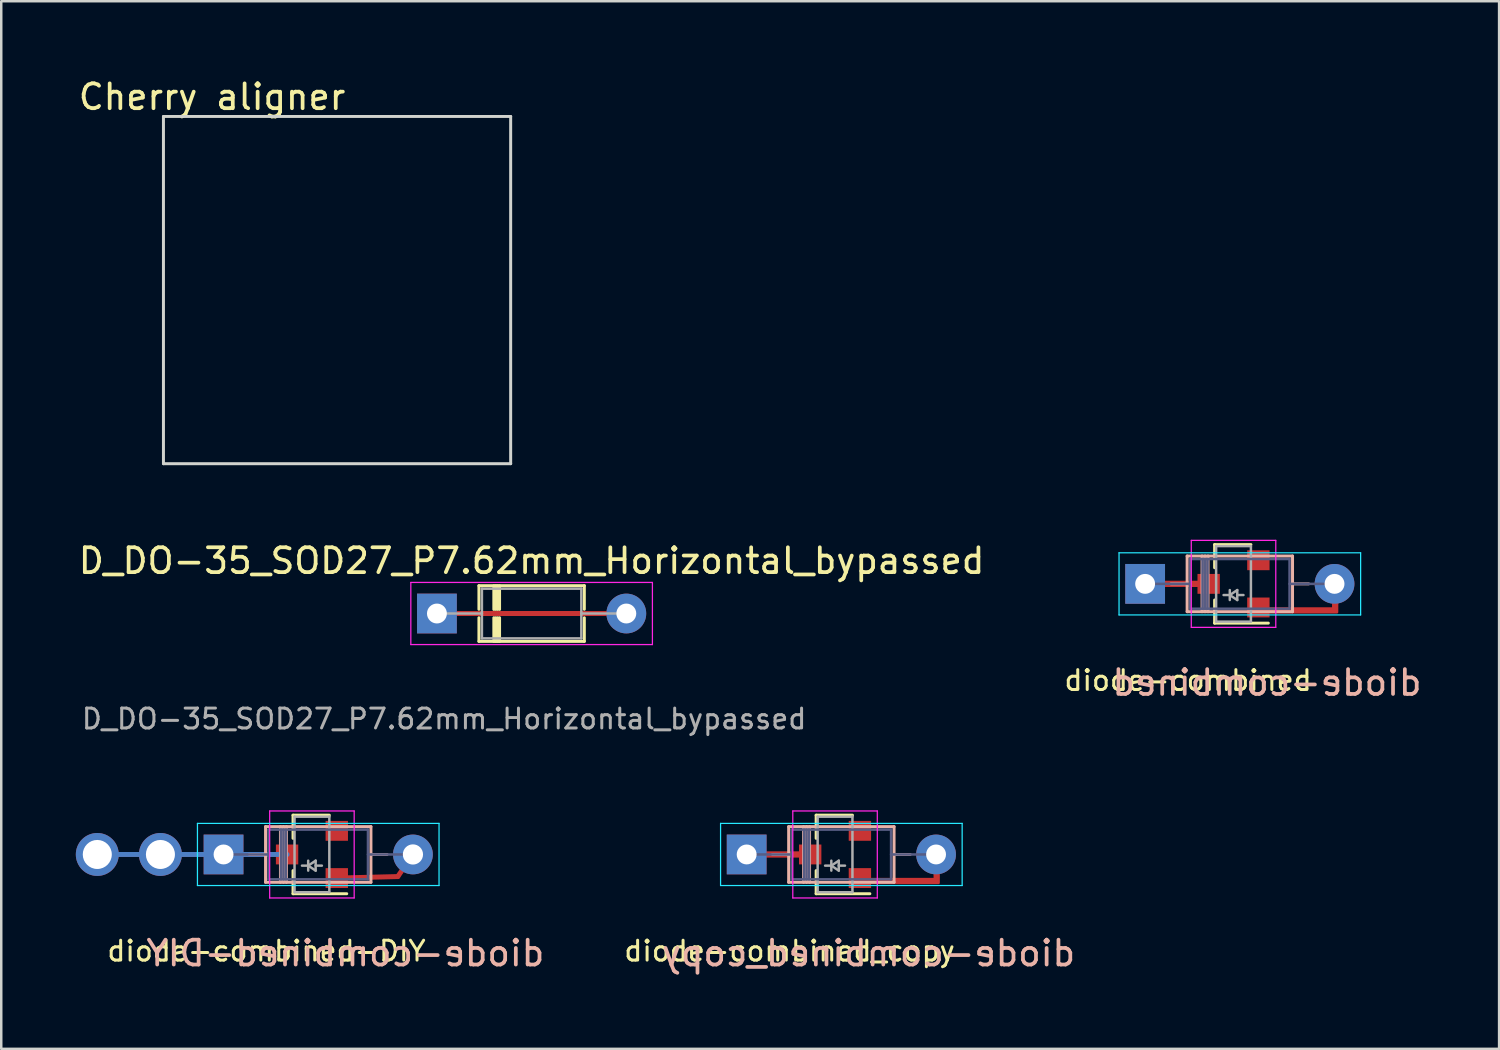
<source format=kicad_pcb>
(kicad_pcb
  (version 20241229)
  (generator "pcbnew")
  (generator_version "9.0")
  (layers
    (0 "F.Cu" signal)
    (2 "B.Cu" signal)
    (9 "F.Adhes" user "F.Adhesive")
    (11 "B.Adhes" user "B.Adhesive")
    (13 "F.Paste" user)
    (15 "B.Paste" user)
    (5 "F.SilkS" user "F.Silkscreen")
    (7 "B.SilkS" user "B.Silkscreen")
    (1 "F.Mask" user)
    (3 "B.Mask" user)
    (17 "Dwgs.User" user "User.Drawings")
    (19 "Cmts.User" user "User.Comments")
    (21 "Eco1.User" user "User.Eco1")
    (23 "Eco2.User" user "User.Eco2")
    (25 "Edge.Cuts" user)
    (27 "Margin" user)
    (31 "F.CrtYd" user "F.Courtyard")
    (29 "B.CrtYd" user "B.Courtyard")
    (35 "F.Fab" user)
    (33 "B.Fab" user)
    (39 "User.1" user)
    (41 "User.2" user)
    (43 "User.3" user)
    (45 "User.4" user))
  (footprint "Cherry aligner"
    (layer "F.Cu")
    (at 10.511 8.621)
    (property "Reference" "Cherry aligner" (at -5.029 -7.772 0) (layer "F.SilkS") (effects (font (size 1 1) (thickness 0.15))))
    (attr through_hole)
    (fp_line (start -6.985 -6.985) (end -6.985 6.985) (stroke (width 0.12) (type solid)) (layer "Edge.Cuts"))
    (fp_line (start -6.985 -6.985) (end 6.985 -6.985) (stroke (width 0.12) (type solid)) (layer "Edge.Cuts"))
    (fp_line (start -6.985 6.985) (end 6.985 6.985) (stroke (width 0.12) (type solid)) (layer "Edge.Cuts"))
    (fp_line (start 6.985 6.985) (end 6.985 -6.985) (stroke (width 0.12) (type solid)) (layer "Edge.Cuts")))
  (footprint "diode-combined_copy"
    (layer "F.Cu")
    (at 30.547 31.328)
    (property "Reference" "diode-combined_copy" (at 1.346 3.974 0) (layer "B.SilkS") (effects (font (size 1 1) (thickness 0.15)) (justify mirror)))
    (attr smd)
    (fp_poly (pts (xy -1.219 -0.076) (xy -3.048 -0.076) (xy -3.048 0.076) (xy -1.219 0.076)) (stroke (width 0.1) (type solid)) (fill yes) (layer "F.Cu"))
    (fp_poly (pts (xy 4.166 0.533) (xy 4.013 0.533) (xy 4.013 0.991) (xy 1.219 0.991) (xy 1.219 1.143) (xy 4.166 1.143)) (stroke (width 0.1) (type solid)) (fill yes) (layer "F.Cu"))
    (fp_line (start -0.76 -1.58) (end -0.76 -0.65) (stroke (width 0.12) (type solid)) (layer "F.SilkS"))
    (fp_line (start -0.76 -1.58) (end 0.7 -1.58) (stroke (width 0.12) (type solid)) (layer "F.SilkS"))
    (fp_line (start -0.76 1.58) (end -0.76 0.65) (stroke (width 0.12) (type solid)) (layer "F.SilkS"))
    (fp_line (start -0.76 1.58) (end 1.4 1.58) (stroke (width 0.12) (type solid)) (layer "F.SilkS"))
    (fp_line (start -2.516 0) (end -1.866 0) (stroke (width 0.12) (type solid)) (layer "B.SilkS"))
    (fp_line (start -1.866 -1.12) (end 2.374 -1.12) (stroke (width 0.12) (type solid)) (layer "B.SilkS"))
    (fp_line (start -1.866 1.12) (end -1.866 -1.12) (stroke (width 0.12) (type solid)) (layer "B.SilkS"))
    (fp_line (start -1.266 1.12) (end -1.266 -1.12) (stroke (width 0.12) (type solid)) (layer "B.SilkS"))
    (fp_line (start -1.146 1.12) (end -1.146 -1.12) (stroke (width 0.12) (type solid)) (layer "B.SilkS"))
    (fp_line (start -1.026 1.12) (end -1.026 -1.12) (stroke (width 0.12) (type solid)) (layer "B.SilkS"))
    (fp_line (start 2.374 -1.12) (end 2.374 1.12) (stroke (width 0.12) (type solid)) (layer "B.SilkS"))
    (fp_line (start 2.374 1.12) (end -1.866 1.12) (stroke (width 0.12) (type solid)) (layer "B.SilkS"))
    (fp_line (start 3.024 0) (end 2.374 0) (stroke (width 0.12) (type solid)) (layer "B.SilkS"))
    (fp_line (start -4.606 -1.25) (end 5.114 -1.25) (stroke (width 0.05) (type solid)) (layer "B.CrtYd"))
    (fp_line (start -4.606 1.25) (end -4.606 -1.25) (stroke (width 0.05) (type solid)) (layer "B.CrtYd"))
    (fp_line (start 5.114 -1.25) (end 5.114 1.25) (stroke (width 0.05) (type solid)) (layer "B.CrtYd"))
    (fp_line (start 5.114 1.25) (end -4.606 1.25) (stroke (width 0.05) (type solid)) (layer "B.CrtYd"))
    (fp_line (start -1.7 -1.75) (end 1.7 -1.75) (stroke (width 0.05) (type solid)) (layer "F.CrtYd"))
    (fp_line (start -1.7 1.75) (end -1.7 -1.75) (stroke (width 0.05) (type solid)) (layer "F.CrtYd"))
    (fp_line (start 1.7 -1.75) (end 1.7 1.75) (stroke (width 0.05) (type solid)) (layer "F.CrtYd"))
    (fp_line (start 1.7 1.75) (end -1.7 1.75) (stroke (width 0.05) (type solid)) (layer "F.CrtYd"))
    (fp_line (start -3.556 0) (end -1.746 0) (stroke (width 0.1) (type solid)) (layer "B.Fab"))
    (fp_line (start -1.746 -1) (end 2.254 -1) (stroke (width 0.1) (type solid)) (layer "B.Fab"))
    (fp_line (start -1.746 1) (end -1.746 -1) (stroke (width 0.1) (type solid)) (layer "B.Fab"))
    (fp_line (start -1.246 1) (end -1.246 -1) (stroke (width 0.1) (type solid)) (layer "B.Fab"))
    (fp_line (start -1.146 1) (end -1.146 -1) (stroke (width 0.1) (type solid)) (layer "B.Fab"))
    (fp_line (start -1.046 1) (end -1.046 -1) (stroke (width 0.1) (type solid)) (layer "B.Fab"))
    (fp_line (start 2.254 -1) (end 2.254 1) (stroke (width 0.1) (type solid)) (layer "B.Fab"))
    (fp_line (start 2.254 1) (end -1.746 1) (stroke (width 0.1) (type solid)) (layer "B.Fab"))
    (fp_line (start 4.064 0) (end 2.254 0) (stroke (width 0.1) (type solid)) (layer "B.Fab"))
    (fp_line (start -0.7 1.52) (end -0.7 -1.52) (stroke (width 0.1) (type solid)) (layer "F.Fab"))
    (fp_line (start -0.15 0.45) (end -0.4 0.45) (stroke (width 0.1) (type solid)) (layer "F.Fab"))
    (fp_line (start -0.15 0.45) (end 0.15 0.65) (stroke (width 0.1) (type solid)) (layer "F.Fab"))
    (fp_line (start -0.15 0.65) (end -0.15 0.25) (stroke (width 0.1) (type solid)) (layer "F.Fab"))
    (fp_line (start 0.15 0.25) (end -0.15 0.45) (stroke (width 0.1) (type solid)) (layer "F.Fab"))
    (fp_line (start 0.15 0.45) (end 0.4 0.45) (stroke (width 0.1) (type solid)) (layer "F.Fab"))
    (fp_line (start 0.15 0.65) (end 0.15 0.25) (stroke (width 0.1) (type solid)) (layer "F.Fab"))
    (fp_line (start 0.7 -1.52) (end -0.7 -1.52) (stroke (width 0.1) (type solid)) (layer "F.Fab"))
    (fp_line (start 0.7 1.52) (end -0.7 1.52) (stroke (width 0.1) (type solid)) (layer "F.Fab"))
    (fp_line (start 0.7 1.52) (end 0.7 -1.52) (stroke (width 0.1) (type solid)) (layer "F.Fab"))
    (fp_text user "${REFERENCE}" (at -1.829 3.886 0) (layer "F.SilkS") (effects (font (size 0.8 0.8) (thickness 0.12))))
    (pad "" smd rect (at 1 -0.95 180) (size 0.9 0.8) (layers "F.Cu" "F.Mask" "F.Paste"))
    (pad "1" thru_hole rect (at -3.556 0) (size 1.6 1.6) (drill 0.8) (layers "*.Cu" "*.Mask"))
    (pad "2" thru_hole oval (at 4.064 0) (size 1.6 1.6) (drill 0.8) (layers "*.Cu" "*.Mask"))
    (pad "3" smd rect (at 1 0.95 180) (size 0.9 0.8) (layers "F.Cu" "F.Mask" "F.Paste"))
    (pad "4" smd rect (at -1 0 180) (size 0.9 0.8) (layers "F.Cu" "F.Mask" "F.Paste")))
  (footprint "D_DO-35_SOD27_P7.62mm_Horizontal_bypassed"
    (layer "F.Cu")
    (at 14.529 21.634)
    (property "Reference" "D_DO-35_SOD27_P7.62mm_Horizontal_bypassed" (at 3.81 -2.12 0) (layer "F.SilkS") (effects (font (size 1 1) (thickness 0.15))))
    (attr through_hole)
    (fp_line (start 0.4 0) (end 7.22 0) (stroke (width 0.2) (type default)) (layer "F.Cu"))
    (fp_line (start 1.69 -1.12) (end 1.69 -0.17) (stroke (width 0.12) (type solid)) (layer "F.SilkS"))
    (fp_line (start 1.69 0.17) (end 1.69 1.12) (stroke (width 0.12) (type solid)) (layer "F.SilkS"))
    (fp_line (start 1.69 1.12) (end 5.93 1.12) (stroke (width 0.12) (type solid)) (layer "F.SilkS"))
    (fp_line (start 2.29 -1.115) (end 2.29 -0.165) (stroke (width 0.12) (type solid)) (layer "F.SilkS"))
    (fp_line (start 2.29 0.17) (end 2.29 1.12) (stroke (width 0.12) (type solid)) (layer "F.SilkS"))
    (fp_line (start 2.367 -1.115) (end 2.367 -0.165) (stroke (width 0.12) (type solid)) (layer "F.SilkS"))
    (fp_line (start 2.367 0.17) (end 2.367 1.12) (stroke (width 0.12) (type solid)) (layer "F.SilkS"))
    (fp_line (start 2.443 -1.115) (end 2.443 -0.165) (stroke (width 0.12) (type solid)) (layer "F.SilkS"))
    (fp_line (start 2.443 0.17) (end 2.443 1.12) (stroke (width 0.12) (type solid)) (layer "F.SilkS"))
    (fp_line (start 2.52 -1.115) (end 2.52 -0.165) (stroke (width 0.12) (type solid)) (layer "F.SilkS"))
    (fp_line (start 2.52 0.17) (end 2.52 1.12) (stroke (width 0.12) (type solid)) (layer "F.SilkS"))
    (fp_line (start 5.93 -1.12) (end 1.69 -1.12) (stroke (width 0.12) (type solid)) (layer "F.SilkS"))
    (fp_line (start 5.93 -1.12) (end 5.93 -0.17) (stroke (width 0.12) (type solid)) (layer "F.SilkS"))
    (fp_line (start 5.93 0.17) (end 5.93 1.12) (stroke (width 0.12) (type solid)) (layer "F.SilkS"))
    (fp_line (start -1.05 -1.25) (end -1.05 1.25) (stroke (width 0.05) (type solid)) (layer "F.CrtYd"))
    (fp_line (start -1.05 1.25) (end 8.67 1.25) (stroke (width 0.05) (type solid)) (layer "F.CrtYd"))
    (fp_line (start 8.67 -1.25) (end -1.05 -1.25) (stroke (width 0.05) (type solid)) (layer "F.CrtYd"))
    (fp_line (start 8.67 1.25) (end 8.67 -1.25) (stroke (width 0.05) (type solid)) (layer "F.CrtYd"))
    (fp_line (start 0 0) (end 1.81 0) (stroke (width 0.1) (type solid)) (layer "F.Fab"))
    (fp_line (start 1.81 -1) (end 1.81 1) (stroke (width 0.1) (type solid)) (layer "F.Fab"))
    (fp_line (start 1.81 1) (end 5.81 1) (stroke (width 0.1) (type solid)) (layer "F.Fab"))
    (fp_line (start 5.81 -1) (end 1.81 -1) (stroke (width 0.1) (type solid)) (layer "F.Fab"))
    (fp_line (start 5.81 1) (end 5.81 -1) (stroke (width 0.1) (type solid)) (layer "F.Fab"))
    (fp_line (start 7.62 0) (end 5.81 0) (stroke (width 0.1) (type solid)) (layer "F.Fab"))
    (fp_text user "${REFERENCE}" (at 0.29 4.24 0) (layer "F.Fab") (effects (font (size 0.8 0.8) (thickness 0.12))))
    (pad "1" thru_hole rect (at 0 0) (size 1.6 1.6) (drill 0.8) (layers "*.Cu" "*.Mask"))
    (pad "2" thru_hole oval (at 7.62 0) (size 1.6 1.6) (drill 0.8) (layers "*.Cu" "*.Mask")))
  (footprint "diode-combined-DIY"
    (layer "F.Cu")
    (at 9.5 31.328)
    (property "Reference" "diode-combined-DIY" (at 1.346 3.974 0) (layer "B.SilkS") (effects (font (size 1 1) (thickness 0.15)) (justify mirror)))
    (attr smd)
    (fp_line (start 1 0.95) (end 3.454 0.889) (stroke (width 0.2) (type solid)) (layer "F.Cu"))
    (fp_line (start 3.454 0.889) (end 4.064 0) (stroke (width 0.2) (type solid)) (layer "F.Cu"))
    (fp_line (start -0.76 -1.58) (end -0.76 -0.65) (stroke (width 0.12) (type solid)) (layer "F.SilkS"))
    (fp_line (start -0.76 -1.58) (end 0.7 -1.58) (stroke (width 0.12) (type solid)) (layer "F.SilkS"))
    (fp_line (start -0.76 1.58) (end -0.76 0.65) (stroke (width 0.12) (type solid)) (layer "F.SilkS"))
    (fp_line (start -0.76 1.58) (end 1.4 1.58) (stroke (width 0.12) (type solid)) (layer "F.SilkS"))
    (fp_line (start -2.516 0) (end -1.866 0) (stroke (width 0.12) (type solid)) (layer "B.SilkS"))
    (fp_line (start -1.866 -1.12) (end 2.374 -1.12) (stroke (width 0.12) (type solid)) (layer "B.SilkS"))
    (fp_line (start -1.866 1.12) (end -1.866 -1.12) (stroke (width 0.12) (type solid)) (layer "B.SilkS"))
    (fp_line (start -1.266 1.12) (end -1.266 -1.12) (stroke (width 0.12) (type solid)) (layer "B.SilkS"))
    (fp_line (start -1.146 1.12) (end -1.146 -1.12) (stroke (width 0.12) (type solid)) (layer "B.SilkS"))
    (fp_line (start -1.026 1.12) (end -1.026 -1.12) (stroke (width 0.12) (type solid)) (layer "B.SilkS"))
    (fp_line (start 2.374 -1.12) (end 2.374 1.12) (stroke (width 0.12) (type solid)) (layer "B.SilkS"))
    (fp_line (start 2.374 1.12) (end -1.866 1.12) (stroke (width 0.12) (type solid)) (layer "B.SilkS"))
    (fp_line (start 3.024 0) (end 2.374 0) (stroke (width 0.12) (type solid)) (layer "B.SilkS"))
    (fp_line (start -4.606 -1.25) (end 5.114 -1.25) (stroke (width 0.05) (type solid)) (layer "B.CrtYd"))
    (fp_line (start -4.606 1.25) (end -4.606 -1.25) (stroke (width 0.05) (type solid)) (layer "B.CrtYd"))
    (fp_line (start 5.114 -1.25) (end 5.114 1.25) (stroke (width 0.05) (type solid)) (layer "B.CrtYd"))
    (fp_line (start 5.114 1.25) (end -4.606 1.25) (stroke (width 0.05) (type solid)) (layer "B.CrtYd"))
    (fp_line (start -1.7 -1.75) (end 1.7 -1.75) (stroke (width 0.05) (type solid)) (layer "F.CrtYd"))
    (fp_line (start -1.7 1.75) (end -1.7 -1.75) (stroke (width 0.05) (type solid)) (layer "F.CrtYd"))
    (fp_line (start 1.7 -1.75) (end 1.7 1.75) (stroke (width 0.05) (type solid)) (layer "F.CrtYd"))
    (fp_line (start 1.7 1.75) (end -1.7 1.75) (stroke (width 0.05) (type solid)) (layer "F.CrtYd"))
    (fp_line (start -3.556 0) (end -1.746 0) (stroke (width 0.1) (type solid)) (layer "B.Fab"))
    (fp_line (start -1.746 -1) (end 2.254 -1) (stroke (width 0.1) (type solid)) (layer "B.Fab"))
    (fp_line (start -1.746 1) (end -1.746 -1) (stroke (width 0.1) (type solid)) (layer "B.Fab"))
    (fp_line (start -1.246 1) (end -1.246 -1) (stroke (width 0.1) (type solid)) (layer "B.Fab"))
    (fp_line (start -1.146 1) (end -1.146 -1) (stroke (width 0.1) (type solid)) (layer "B.Fab"))
    (fp_line (start -1.046 1) (end -1.046 -1) (stroke (width 0.1) (type solid)) (layer "B.Fab"))
    (fp_line (start 2.254 -1) (end 2.254 1) (stroke (width 0.1) (type solid)) (layer "B.Fab"))
    (fp_line (start 2.254 1) (end -1.746 1) (stroke (width 0.1) (type solid)) (layer "B.Fab"))
    (fp_line (start 4.064 0) (end 2.254 0) (stroke (width 0.1) (type solid)) (layer "B.Fab"))
    (fp_line (start -0.7 1.52) (end -0.7 -1.52) (stroke (width 0.1) (type solid)) (layer "F.Fab"))
    (fp_line (start -0.15 0.45) (end -0.4 0.45) (stroke (width 0.1) (type solid)) (layer "F.Fab"))
    (fp_line (start -0.15 0.45) (end 0.15 0.65) (stroke (width 0.1) (type solid)) (layer "F.Fab"))
    (fp_line (start -0.15 0.65) (end -0.15 0.25) (stroke (width 0.1) (type solid)) (layer "F.Fab"))
    (fp_line (start 0.15 0.25) (end -0.15 0.45) (stroke (width 0.1) (type solid)) (layer "F.Fab"))
    (fp_line (start 0.15 0.45) (end 0.4 0.45) (stroke (width 0.1) (type solid)) (layer "F.Fab"))
    (fp_line (start 0.15 0.65) (end 0.15 0.25) (stroke (width 0.1) (type solid)) (layer "F.Fab"))
    (fp_line (start 0.7 -1.52) (end -0.7 -1.52) (stroke (width 0.1) (type solid)) (layer "F.Fab"))
    (fp_line (start 0.7 1.52) (end -0.7 1.52) (stroke (width 0.1) (type solid)) (layer "F.Fab"))
    (fp_line (start 0.7 1.52) (end 0.7 -1.52) (stroke (width 0.1) (type solid)) (layer "F.Fab"))
    (fp_text user "${REFERENCE}" (at -1.829 3.886 0) (layer "F.SilkS") (effects (font (size 0.8 0.8) (thickness 0.12))))
    (pad "1" thru_hole circle (at -8.636 0) (size 1.727 1.727) (drill 1.168) (layers "*.Cu" "*.Mask"))
    (pad "1" thru_hole circle (at -6.096 0) (size 1.727 1.727) (drill 1.168) (layers "*.Cu" "*.Mask"))
    (pad "1" thru_hole custom (at -3.556 0) (size 1.6 1.6) (drill 0.8) (layers "*.Cu" "*.Mask") (options (anchor rect)) (primitives (gr_line (start 2.556 0) (end -5.08 0) (width 0.2))))
    (pad "1" smd rect (at -1 0) (size 0.899 0.8) (layers "F.Cu" "F.Mask" "F.Paste"))
    (pad "2" thru_hole circle (at 4.064 0) (size 1.6 1.6) (drill 0.813) (layers "*.Cu" "*.Mask"))
    (pad "NC" smd rect (at 1 -0.95 180) (size 0.9 0.8) (layers "F.Cu" "F.Mask" "F.Paste"))
    (pad "NC" smd rect (at 1 0.95 180) (size 0.9 0.8) (layers "F.Cu" "F.Mask" "F.Paste")))
  (footprint "diode-combined"
    (layer "F.Cu")
    (at 46.579 20.441)
    (property "Reference" "diode-combined" (at 1.346 3.974 0) (layer "B.SilkS") (effects (font (size 1 1) (thickness 0.15)) (justify mirror)))
    (attr smd)
    (fp_line (start -0.76 -1.58) (end -0.76 -0.65) (stroke (width 0.12) (type solid)) (layer "F.SilkS"))
    (fp_line (start -0.76 -1.58) (end 0.7 -1.58) (stroke (width 0.12) (type solid)) (layer "F.SilkS"))
    (fp_line (start -0.76 1.58) (end -0.76 0.65) (stroke (width 0.12) (type solid)) (layer "F.SilkS"))
    (fp_line (start -0.76 1.58) (end 1.4 1.58) (stroke (width 0.12) (type solid)) (layer "F.SilkS"))
    (fp_line (start -2.516 0) (end -1.866 0) (stroke (width 0.12) (type solid)) (layer "B.SilkS"))
    (fp_line (start -1.866 -1.12) (end 2.374 -1.12) (stroke (width 0.12) (type solid)) (layer "B.SilkS"))
    (fp_line (start -1.866 1.12) (end -1.866 -1.12) (stroke (width 0.12) (type solid)) (layer "B.SilkS"))
    (fp_line (start -1.266 1.12) (end -1.266 -1.12) (stroke (width 0.12) (type solid)) (layer "B.SilkS"))
    (fp_line (start -1.146 1.12) (end -1.146 -1.12) (stroke (width 0.12) (type solid)) (layer "B.SilkS"))
    (fp_line (start -1.026 1.12) (end -1.026 -1.12) (stroke (width 0.12) (type solid)) (layer "B.SilkS"))
    (fp_line (start 2.374 -1.12) (end 2.374 1.12) (stroke (width 0.12) (type solid)) (layer "B.SilkS"))
    (fp_line (start 2.374 1.12) (end -1.866 1.12) (stroke (width 0.12) (type solid)) (layer "B.SilkS"))
    (fp_line (start 3.024 0) (end 2.374 0) (stroke (width 0.12) (type solid)) (layer "B.SilkS"))
    (fp_line (start -4.606 -1.25) (end 5.114 -1.25) (stroke (width 0.05) (type solid)) (layer "B.CrtYd"))
    (fp_line (start -4.606 1.25) (end -4.606 -1.25) (stroke (width 0.05) (type solid)) (layer "B.CrtYd"))
    (fp_line (start 5.114 -1.25) (end 5.114 1.25) (stroke (width 0.05) (type solid)) (layer "B.CrtYd"))
    (fp_line (start 5.114 1.25) (end -4.606 1.25) (stroke (width 0.05) (type solid)) (layer "B.CrtYd"))
    (fp_line (start -1.7 -1.75) (end 1.7 -1.75) (stroke (width 0.05) (type solid)) (layer "F.CrtYd"))
    (fp_line (start -1.7 1.75) (end -1.7 -1.75) (stroke (width 0.05) (type solid)) (layer "F.CrtYd"))
    (fp_line (start 1.7 -1.75) (end 1.7 1.75) (stroke (width 0.05) (type solid)) (layer "F.CrtYd"))
    (fp_line (start 1.7 1.75) (end -1.7 1.75) (stroke (width 0.05) (type solid)) (layer "F.CrtYd"))
    (fp_line (start -3.556 0) (end -1.746 0) (stroke (width 0.1) (type solid)) (layer "B.Fab"))
    (fp_line (start -1.746 -1) (end 2.254 -1) (stroke (width 0.1) (type solid)) (layer "B.Fab"))
    (fp_line (start -1.746 1) (end -1.746 -1) (stroke (width 0.1) (type solid)) (layer "B.Fab"))
    (fp_line (start -1.246 1) (end -1.246 -1) (stroke (width 0.1) (type solid)) (layer "B.Fab"))
    (fp_line (start -1.146 1) (end -1.146 -1) (stroke (width 0.1) (type solid)) (layer "B.Fab"))
    (fp_line (start -1.046 1) (end -1.046 -1) (stroke (width 0.1) (type solid)) (layer "B.Fab"))
    (fp_line (start 2.254 -1) (end 2.254 1) (stroke (width 0.1) (type solid)) (layer "B.Fab"))
    (fp_line (start 2.254 1) (end -1.746 1) (stroke (width 0.1) (type solid)) (layer "B.Fab"))
    (fp_line (start 4.064 0) (end 2.254 0) (stroke (width 0.1) (type solid)) (layer "B.Fab"))
    (fp_line (start -0.7 1.52) (end -0.7 -1.52) (stroke (width 0.1) (type solid)) (layer "F.Fab"))
    (fp_line (start -0.15 0.45) (end -0.4 0.45) (stroke (width 0.1) (type solid)) (layer "F.Fab"))
    (fp_line (start -0.15 0.45) (end 0.15 0.65) (stroke (width 0.1) (type solid)) (layer "F.Fab"))
    (fp_line (start -0.15 0.65) (end -0.15 0.25) (stroke (width 0.1) (type solid)) (layer "F.Fab"))
    (fp_line (start 0.15 0.25) (end -0.15 0.45) (stroke (width 0.1) (type solid)) (layer "F.Fab"))
    (fp_line (start 0.15 0.45) (end 0.4 0.45) (stroke (width 0.1) (type solid)) (layer "F.Fab"))
    (fp_line (start 0.15 0.65) (end 0.15 0.25) (stroke (width 0.1) (type solid)) (layer "F.Fab"))
    (fp_line (start 0.7 -1.52) (end -0.7 -1.52) (stroke (width 0.1) (type solid)) (layer "F.Fab"))
    (fp_line (start 0.7 1.52) (end -0.7 1.52) (stroke (width 0.1) (type solid)) (layer "F.Fab"))
    (fp_line (start 0.7 1.52) (end 0.7 -1.52) (stroke (width 0.1) (type solid)) (layer "F.Fab"))
    (fp_text user "${REFERENCE}" (at -1.829 3.886 0) (layer "F.SilkS") (effects (font (size 0.8 0.8) (thickness 0.12))))
    (pad "1" thru_hole rect (at -3.556 0) (size 1.6 1.6) (drill 0.8) (layers "*.Cu" "*.Mask"))
    (pad "1" smd custom (at -1 0 180) (size 0.9 0.8) (layers "F.Cu" "F.Mask" "F.Paste") (options (anchor rect)) (primitives (gr_poly (pts (xy 0.219 0.076) (xy 2.048 0.076) (xy 2.048 -0.076) (xy 0.219 -0.076)) (width 0.1) (fill yes))))
    (pad "2" smd custom (at 1 0.95 180) (size 0.9 0.8) (layers "F.Cu" "F.Mask" "F.Paste") (options (anchor rect)) (primitives (gr_poly (pts (xy -3.166 0.417) (xy -3.013 0.417) (xy -3.013 -0.041) (xy -0.219 -0.041) (xy -0.219 -0.193) (xy -3.166 -0.193)) (width 0.1) (fill yes))))
    (pad "2" thru_hole oval (at 4.064 0) (size 1.6 1.6) (drill 0.8) (layers "*.Cu" "*.Mask"))
    (pad "NC" smd rect (at 1 -0.95 180) (size 0.9 0.8) (layers "F.Cu" "F.Mask" "F.Paste")))
  (gr_rect
    (start -3 -3)
    (end 57.264 39.15)
    (stroke (width 0.1) (type default))
    (fill no)
    (layer "Edge.Cuts")))
</source>
